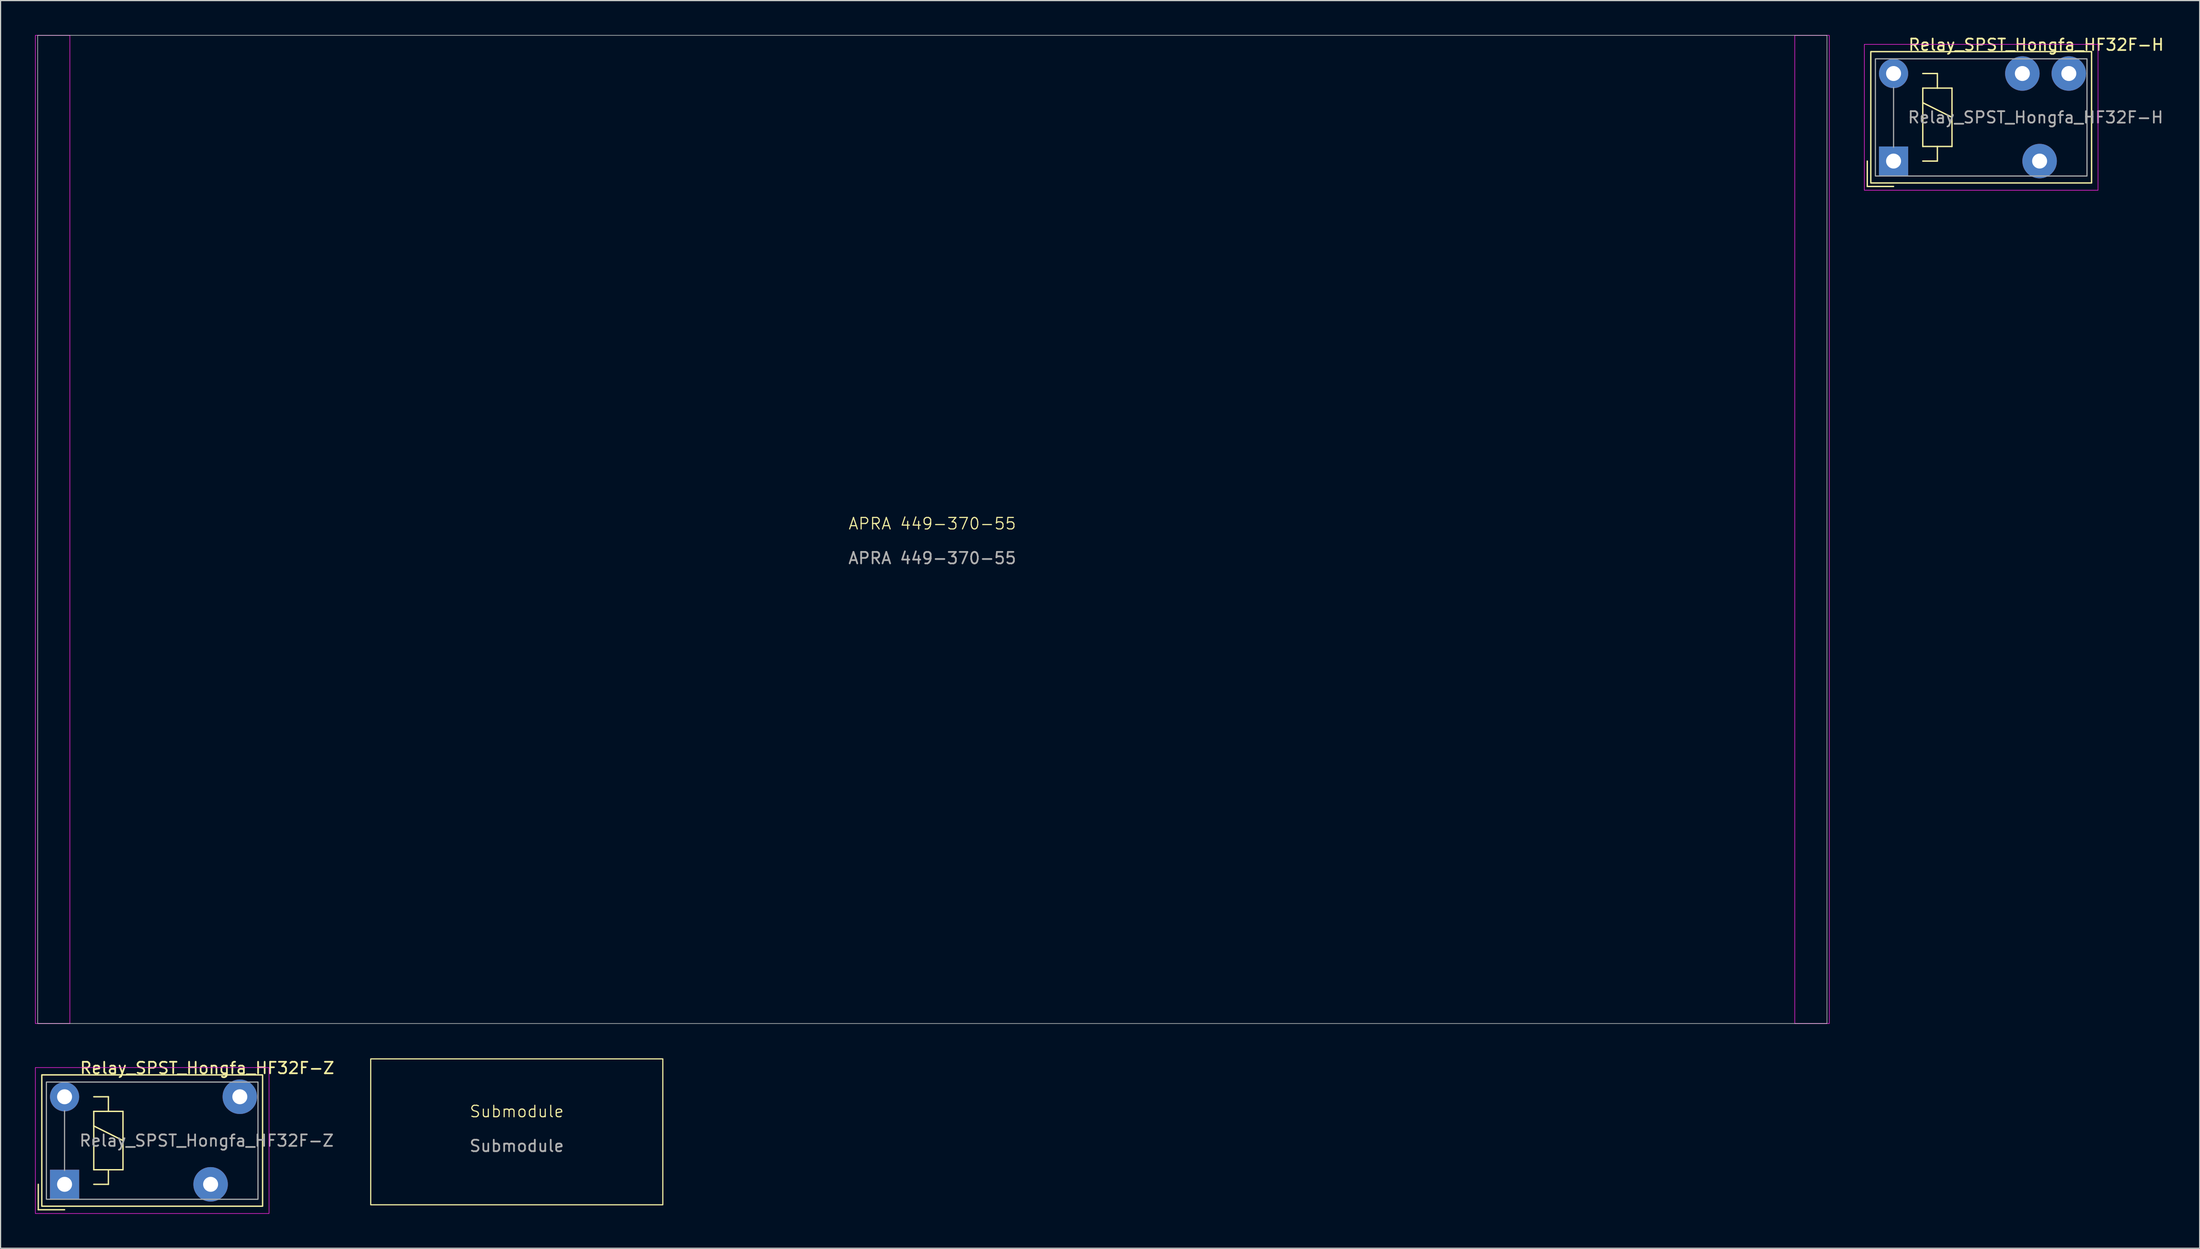
<source format=kicad_pcb>
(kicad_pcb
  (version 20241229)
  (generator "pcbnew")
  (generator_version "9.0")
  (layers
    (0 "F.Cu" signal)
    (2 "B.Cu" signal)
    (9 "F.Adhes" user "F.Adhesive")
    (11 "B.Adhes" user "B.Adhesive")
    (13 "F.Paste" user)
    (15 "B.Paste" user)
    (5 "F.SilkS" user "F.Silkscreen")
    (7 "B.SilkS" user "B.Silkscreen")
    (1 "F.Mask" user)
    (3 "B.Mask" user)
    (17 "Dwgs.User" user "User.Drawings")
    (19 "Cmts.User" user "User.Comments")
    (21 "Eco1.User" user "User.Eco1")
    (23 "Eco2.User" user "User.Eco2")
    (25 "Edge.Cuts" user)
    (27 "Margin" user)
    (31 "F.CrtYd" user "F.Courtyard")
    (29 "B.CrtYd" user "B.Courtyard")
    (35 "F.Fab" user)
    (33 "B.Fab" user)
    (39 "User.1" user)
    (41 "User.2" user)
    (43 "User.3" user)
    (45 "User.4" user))
  (footprint "Submodule"
    (layer "F.Cu")
    (at 41.888 94.18)
    (property "Reference" "Submodule" (at 0 -0.5 0) (unlocked yes) (layer "F.SilkS") (effects (font (size 1 1) (thickness 0.1))))
    (fp_rect (start -12.7 -5.08) (end 12.7 7.62) (stroke (width 0.1) (type default)) (fill no) (layer "F.SilkS"))
    (fp_text user "${REFERENCE}" (at 0 2.5 0) (unlocked yes) (layer "F.Fab") (effects (font (size 1 1) (thickness 0.15)))))
  (footprint "Relay_SPST_Hongfa_HF32F-H"
    (layer "F.Cu")
    (at 161.615 10.968)
    (property "Reference" "Relay_SPST_Hongfa_HF32F-H" (at 12.4 -10.12 0) (layer "F.SilkS") (effects (font (size 1 1) (thickness 0.15))))
    (attr through_hole)
    (fp_line (start -2.286 0) (end -2.286 2.21) (stroke (width 0.12) (type solid)) (layer "F.SilkS"))
    (fp_line (start -2.286 2.21) (end 0 2.21) (stroke (width 0.12) (type solid)) (layer "F.SilkS"))
    (fp_line (start 2.54 -7.62) (end 3.81 -7.62) (stroke (width 0.12) (type solid)) (layer "F.SilkS"))
    (fp_line (start 2.54 -6.35) (end 3.81 -6.35) (stroke (width 0.12) (type solid)) (layer "F.SilkS"))
    (fp_line (start 2.54 -5.08) (end 5.08 -3.81) (stroke (width 0.12) (type solid)) (layer "F.SilkS"))
    (fp_line (start 2.54 -1.27) (end 2.54 -6.35) (stroke (width 0.12) (type solid)) (layer "F.SilkS"))
    (fp_line (start 3.81 -7.62) (end 3.81 -6.35) (stroke (width 0.12) (type solid)) (layer "F.SilkS"))
    (fp_line (start 3.81 -6.35) (end 5.08 -6.35) (stroke (width 0.12) (type solid)) (layer "F.SilkS"))
    (fp_line (start 3.81 -1.27) (end 3.81 0) (stroke (width 0.12) (type solid)) (layer "F.SilkS"))
    (fp_line (start 3.81 0) (end 2.54 0) (stroke (width 0.12) (type solid)) (layer "F.SilkS"))
    (fp_line (start 5.08 -6.35) (end 5.08 -1.27) (stroke (width 0.12) (type solid)) (layer "F.SilkS"))
    (fp_line (start 5.08 -1.27) (end 2.54 -1.27) (stroke (width 0.12) (type solid)) (layer "F.SilkS"))
    (fp_rect (start -1.98 -9.525) (end 17.22 1.905) (stroke (width 0.12) (type solid)) (fill no) (layer "F.SilkS"))
    (fp_rect (start -2.54 -10.16) (end 17.78 2.54) (stroke (width 0.05) (type solid)) (fill no) (layer "F.CrtYd"))
    (fp_line (start 0 -6.4) (end 0 -1.2) (stroke (width 0.1) (type solid)) (layer "F.Fab"))
    (fp_rect (start -1.58 1.3) (end 16.82 -8.9) (stroke (width 0.1) (type solid)) (fill no) (layer "F.Fab"))
    (fp_text user "${REFERENCE}" (at 12.35 -3.8 0) (layer "F.Fab") (effects (font (size 1 1) (thickness 0.15))))
    (pad "A1" thru_hole rect (at 0 0) (size 2.54 2.54) (drill 1.3) (layers "*.Cu" "*.Mask"))
    (pad "A2" thru_hole circle (at 0 -7.62) (size 2.54 2.54) (drill 1.3) (layers "*.Cu" "*.Mask"))
    (pad "C" thru_hole circle (at 12.7 0) (size 3 3) (drill 1.3) (layers "*.Cu" "*.Mask"))
    (pad "NC" thru_hole circle (at 11.2 -7.62) (size 3 3) (drill 1.3) (layers "*.Cu" "*.Mask"))
    (pad "NO" thru_hole circle (at 15.24 -7.62) (size 3 3) (drill 1.3) (layers "*.Cu" "*.Mask")))
  (footprint "Relay_SPST_Hongfa_HF32F-Z"
    (layer "F.Cu")
    (at 2.565 100.018)
    (property "Reference" "Relay_SPST_Hongfa_HF32F-Z" (at 12.4 -10.12 0) (layer "F.SilkS") (effects (font (size 1 1) (thickness 0.15))))
    (attr through_hole)
    (fp_line (start -2.286 0) (end -2.286 2.21) (stroke (width 0.12) (type solid)) (layer "F.SilkS"))
    (fp_line (start -2.286 2.21) (end 0 2.21) (stroke (width 0.12) (type solid)) (layer "F.SilkS"))
    (fp_line (start 2.54 -7.62) (end 3.81 -7.62) (stroke (width 0.12) (type solid)) (layer "F.SilkS"))
    (fp_line (start 2.54 -6.35) (end 3.81 -6.35) (stroke (width 0.12) (type solid)) (layer "F.SilkS"))
    (fp_line (start 2.54 -5.08) (end 5.08 -3.81) (stroke (width 0.12) (type solid)) (layer "F.SilkS"))
    (fp_line (start 2.54 -1.27) (end 2.54 -6.35) (stroke (width 0.12) (type solid)) (layer "F.SilkS"))
    (fp_line (start 3.81 -7.62) (end 3.81 -6.35) (stroke (width 0.12) (type solid)) (layer "F.SilkS"))
    (fp_line (start 3.81 -6.35) (end 5.08 -6.35) (stroke (width 0.12) (type solid)) (layer "F.SilkS"))
    (fp_line (start 3.81 -1.27) (end 3.81 0) (stroke (width 0.12) (type solid)) (layer "F.SilkS"))
    (fp_line (start 3.81 0) (end 2.54 0) (stroke (width 0.12) (type solid)) (layer "F.SilkS"))
    (fp_line (start 5.08 -6.35) (end 5.08 -1.27) (stroke (width 0.12) (type solid)) (layer "F.SilkS"))
    (fp_line (start 5.08 -1.27) (end 2.54 -1.27) (stroke (width 0.12) (type solid)) (layer "F.SilkS"))
    (fp_rect (start -1.98 -9.525) (end 17.22 1.905) (stroke (width 0.12) (type solid)) (fill no) (layer "F.SilkS"))
    (fp_rect (start -2.54 -10.16) (end 17.78 2.54) (stroke (width 0.05) (type solid)) (fill no) (layer "F.CrtYd"))
    (fp_line (start 0 -6.4) (end 0 -1.2) (stroke (width 0.1) (type solid)) (layer "F.Fab"))
    (fp_rect (start -1.58 1.3) (end 16.82 -8.9) (stroke (width 0.1) (type solid)) (fill no) (layer "F.Fab"))
    (fp_text user "${REFERENCE}" (at 12.35 -3.8 0) (layer "F.Fab") (effects (font (size 1 1) (thickness 0.15))))
    (pad "A1" thru_hole rect (at 0 0) (size 2.54 2.54) (drill 1.3) (layers "*.Cu" "*.Mask"))
    (pad "A2" thru_hole circle (at 0 -7.62) (size 2.54 2.54) (drill 1.3) (layers "*.Cu" "*.Mask"))
    (pad "C" thru_hole circle (at 12.7 0) (size 3 3) (drill 1.3) (layers "*.Cu" "*.Mask"))
    (pad "NO" thru_hole circle (at 15.24 -7.62) (size 3 3) (drill 1.3) (layers "*.Cu" "*.Mask")))
  (footprint "APRA 449-370-55"
    (layer "F.Cu")
    (at 78.025 43.025)
    (property "Reference" "APRA 449-370-55" (at 0 -0.5 0) (unlocked yes) (layer "F.SilkS") (effects (font (size 1 1) (thickness 0.1))))
    (fp_rect (start -77.8 -43) (end 77.8 43) (stroke (width 0.05) (type default)) (fill no) (layer "Edge.Cuts"))
    (fp_rect (start -78 -43) (end -75 43) (stroke (width 0.05) (type default)) (fill no) (layer "F.CrtYd"))
    (fp_rect (start 78 -43) (end 75 43) (stroke (width 0.05) (type default)) (fill no) (layer "F.CrtYd"))
    (fp_text user "${REFERENCE}" (at 0 2.5 0) (unlocked yes) (layer "F.Fab") (effects (font (size 1 1) (thickness 0.15))))
    (zone (net_name "") (layers "F.Cu" "B.Cu" "Edge.Cuts") (hatch edge 0.5) (connect_pads) (min_thickness 0.25) (filled_areas_thickness no) (keepout (tracks not_allowed) (vias not_allowed) (pads not_allowed) (copperpour not_allowed) (footprints allowed)) (placement (enabled no)) (fill) (polygon (pts (xy 0.025 0.025) (xy 3.025 0.025) (xy 3.025 86.025) (xy 0.025 86.025))))
    (zone (net_name "") (layers "F.Cu" "B.Cu" "Edge.Cuts") (hatch edge 0.5) (connect_pads) (min_thickness 0.25) (filled_areas_thickness no) (keepout (tracks not_allowed) (vias not_allowed) (pads not_allowed) (copperpour not_allowed) (footprints allowed)) (placement (enabled no)) (fill) (polygon (pts (xy 153.025 0.025) (xy 156.025 0.025) (xy 156.025 86.025) (xy 153.025 86.025)))))
  (gr_rect
    (start -3 -3)
    (end 188.235 105.583)
    (stroke (width 0.1) (type default))
    (fill no)
    (layer "Edge.Cuts")))
</source>
